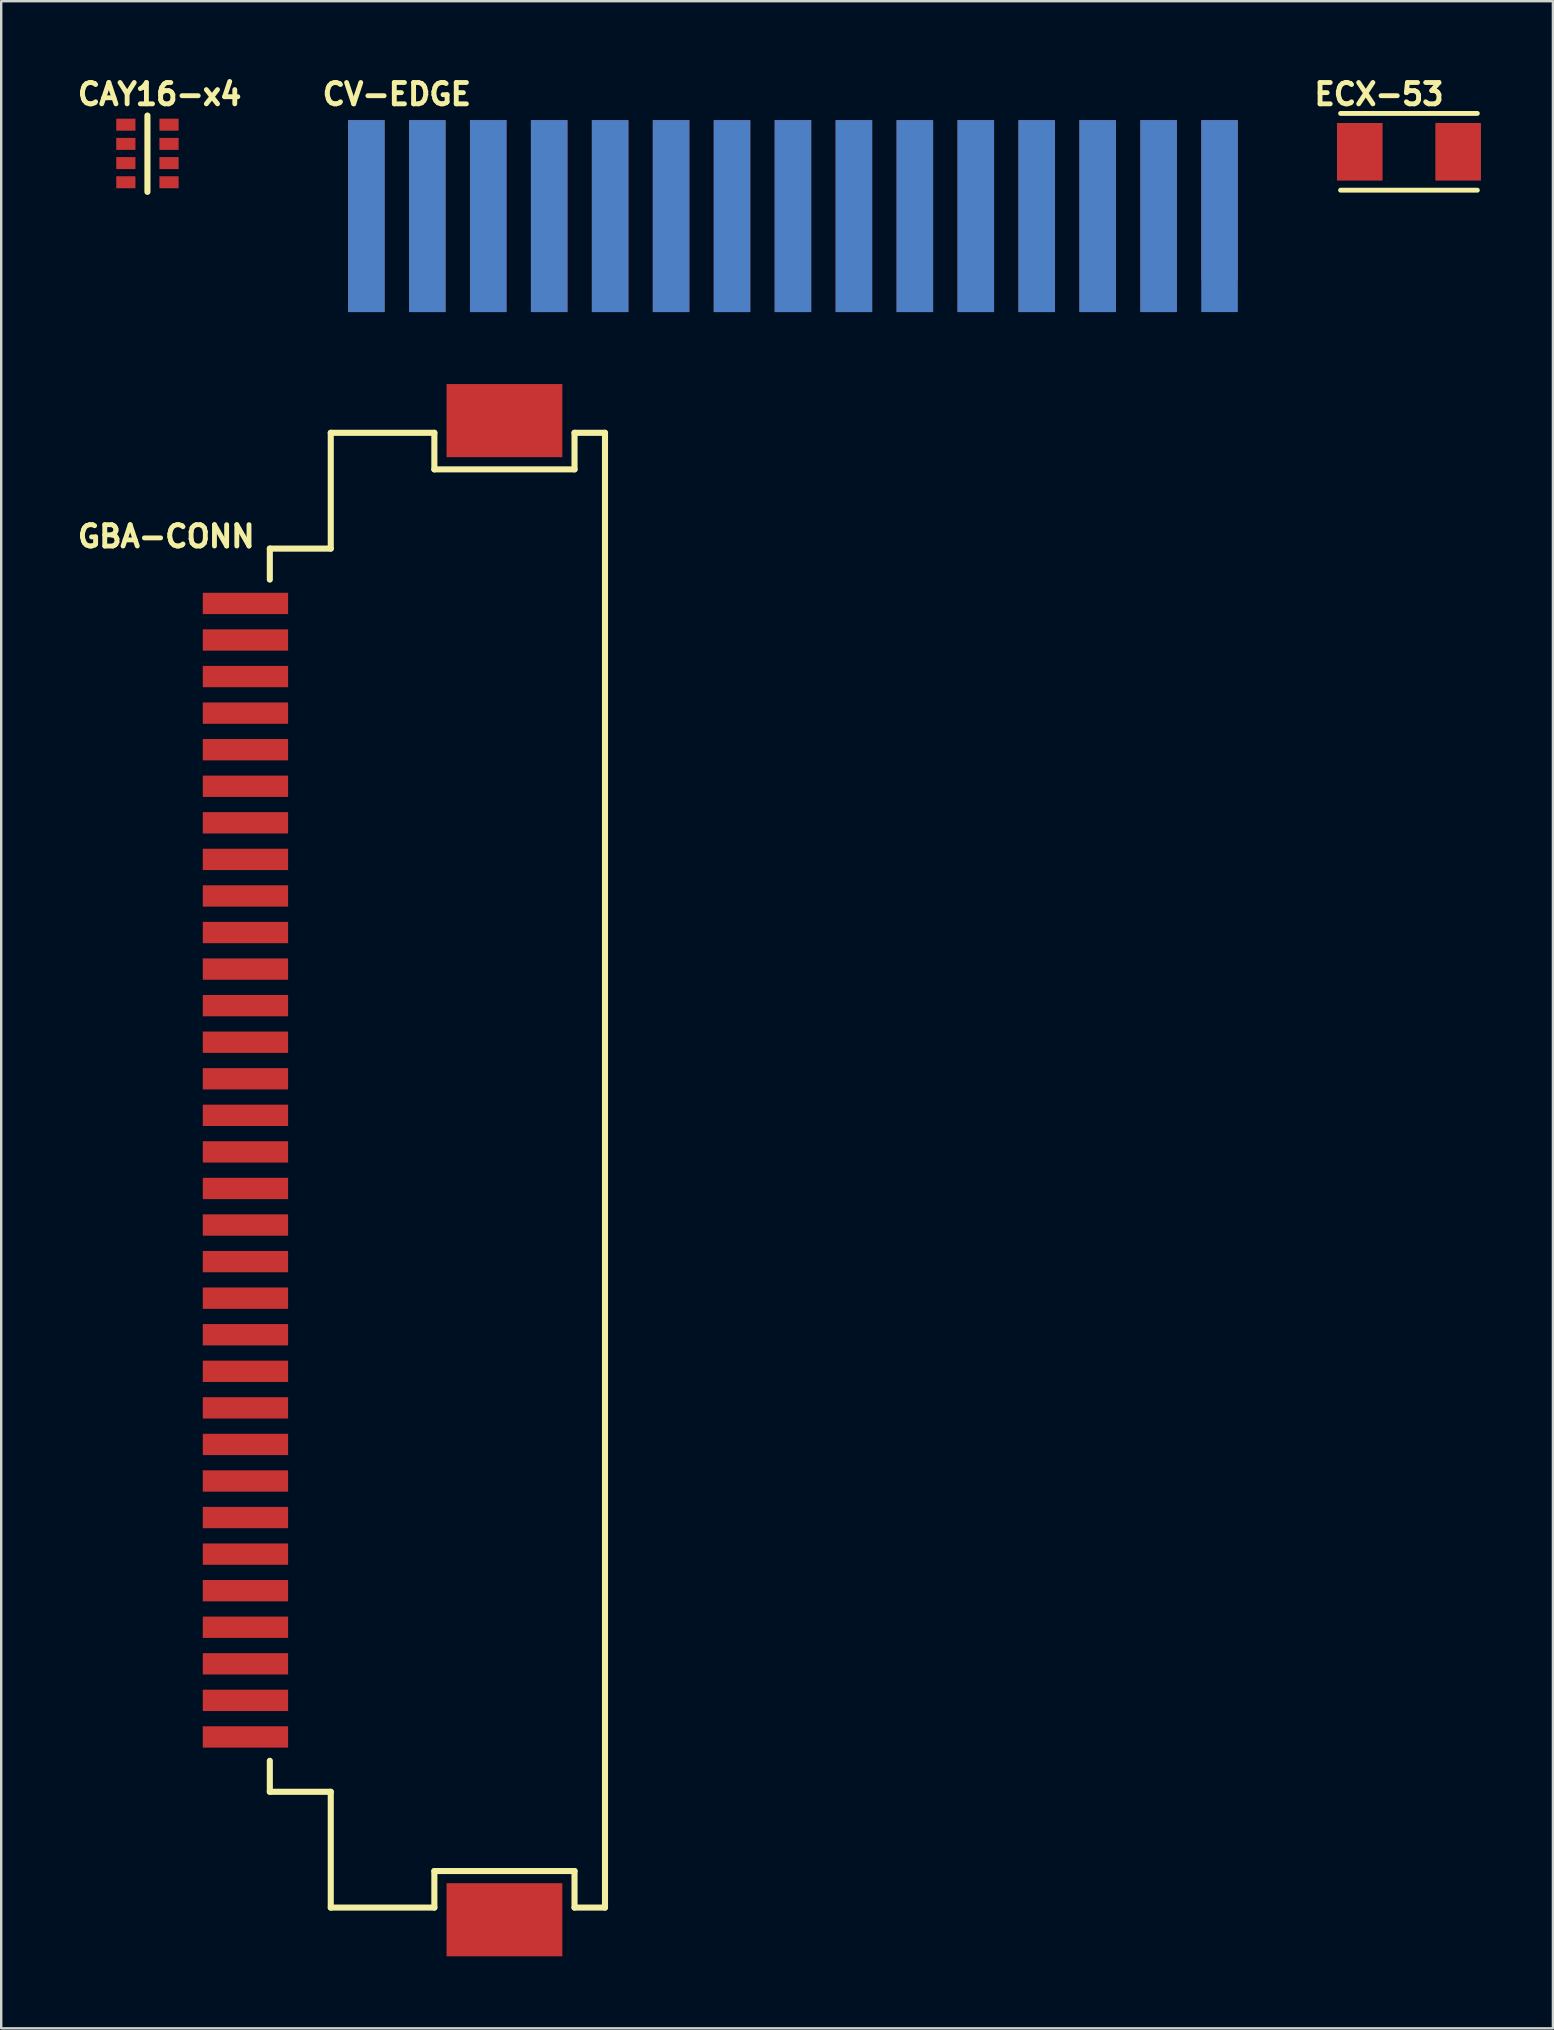
<source format=kicad_pcb>
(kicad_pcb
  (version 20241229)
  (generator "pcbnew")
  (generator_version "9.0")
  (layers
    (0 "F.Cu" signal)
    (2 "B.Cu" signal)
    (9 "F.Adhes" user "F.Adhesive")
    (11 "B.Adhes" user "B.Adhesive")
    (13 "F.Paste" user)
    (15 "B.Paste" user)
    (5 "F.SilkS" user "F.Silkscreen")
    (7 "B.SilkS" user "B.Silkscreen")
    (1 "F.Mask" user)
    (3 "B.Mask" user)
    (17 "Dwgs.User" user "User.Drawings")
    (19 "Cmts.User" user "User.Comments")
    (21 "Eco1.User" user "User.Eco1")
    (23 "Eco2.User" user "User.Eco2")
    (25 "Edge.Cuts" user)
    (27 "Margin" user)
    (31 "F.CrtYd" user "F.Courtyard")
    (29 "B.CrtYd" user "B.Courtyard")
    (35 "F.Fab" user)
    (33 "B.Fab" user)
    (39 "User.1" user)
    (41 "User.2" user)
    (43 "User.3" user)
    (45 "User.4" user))
  (footprint "CAY16-x4"
    (layer "F.Cu")
    (at 3.095 2.147)
    (property "Reference" "CAY16-x4" (at 0.508 -1.27 0) (layer "F.SilkS") (effects (font (size 0.889 0.889) (thickness 0.203))))
    (attr smd)
    (fp_line (start 0 -0.381) (end 0 2.8) (stroke (width 0.254) (type solid)) (layer "F.SilkS"))
    (pad "1" smd rect (at -0.9 0) (size 0.8 0.5) (layers "F.Cu" "F.Mask" "F.Paste"))
    (pad "2" smd rect (at 0.9 0) (size 0.8 0.5) (layers "F.Cu" "F.Mask" "F.Paste"))
    (pad "3" smd rect (at -0.9 0.8) (size 0.8 0.5) (layers "F.Cu" "F.Mask" "F.Paste"))
    (pad "4" smd rect (at 0.9 0.8) (size 0.8 0.5) (layers "F.Cu" "F.Mask" "F.Paste"))
    (pad "5" smd rect (at -0.9 1.6) (size 0.8 0.5) (layers "F.Cu" "F.Mask" "F.Paste"))
    (pad "6" smd rect (at 0.9 1.6) (size 0.8 0.5) (layers "F.Cu" "F.Mask" "F.Paste"))
    (pad "7" smd rect (at -0.9 2.4) (size 0.8 0.5) (layers "F.Cu" "F.Mask" "F.Paste"))
    (pad "8" smd rect (at 0.9 2.4) (size 0.8 0.5) (layers "F.Cu" "F.Mask" "F.Paste")))
  (footprint "GBA-CONN"
    (layer "F.Cu")
    (at 7.18 22.101)
    (property "Reference" "GBA-CONN" (at -3.302 -2.794 0) (layer "F.SilkS") (effects (font (size 0.889 0.889) (thickness 0.203))))
    (attr through_hole)
    (fp_line (start 1.016 -0.993) (end 1.016 -2.286) (stroke (width 0.254) (type solid)) (layer "F.SilkS"))
    (fp_line (start 1.016 49.53) (end 1.016 48.237) (stroke (width 0.254) (type solid)) (layer "F.SilkS"))
    (fp_line (start 3.556 -7.112) (end 7.874 -7.112) (stroke (width 0.254) (type default)) (layer "F.SilkS"))
    (fp_line (start 3.556 -2.286) (end 1.016 -2.286) (stroke (width 0.254) (type default)) (layer "F.SilkS"))
    (fp_line (start 3.556 -2.286) (end 3.556 -7.112) (stroke (width 0.254) (type default)) (layer "F.SilkS"))
    (fp_line (start 3.556 49.53) (end 1.016 49.53) (stroke (width 0.254) (type default)) (layer "F.SilkS"))
    (fp_line (start 3.556 54.356) (end 3.556 49.53) (stroke (width 0.254) (type default)) (layer "F.SilkS"))
    (fp_line (start 3.556 54.356) (end 7.874 54.356) (stroke (width 0.254) (type default)) (layer "F.SilkS"))
    (fp_line (start 7.874 -5.588) (end 7.874 -7.112) (stroke (width 0.254) (type default)) (layer "F.SilkS"))
    (fp_line (start 7.874 52.832) (end 13.716 52.832) (stroke (width 0.254) (type default)) (layer "F.SilkS"))
    (fp_line (start 7.874 54.356) (end 7.874 52.832) (stroke (width 0.254) (type default)) (layer "F.SilkS"))
    (fp_line (start 13.716 -7.112) (end 13.716 -5.588) (stroke (width 0.254) (type default)) (layer "F.SilkS"))
    (fp_line (start 13.716 -5.588) (end 7.874 -5.588) (stroke (width 0.254) (type default)) (layer "F.SilkS"))
    (fp_line (start 13.716 52.832) (end 13.716 54.356) (stroke (width 0.254) (type default)) (layer "F.SilkS"))
    (fp_line (start 14.986 -7.112) (end 13.716 -7.112) (stroke (width 0.254) (type default)) (layer "F.SilkS"))
    (fp_line (start 14.986 -7.112) (end 14.986 54.356) (stroke (width 0.254) (type default)) (layer "F.SilkS"))
    (fp_line (start 14.986 54.356) (end 13.716 54.356) (stroke (width 0.254) (type default)) (layer "F.SilkS"))
    (pad "1" smd rect (at 0 0) (size 3.556 0.889) (layers "F.Cu" "F.Mask" "F.Paste"))
    (pad "2" smd rect (at 0 1.524) (size 3.556 0.889) (layers "F.Cu" "F.Mask" "F.Paste"))
    (pad "3" smd rect (at 0 3.048) (size 3.556 0.889) (layers "F.Cu" "F.Mask" "F.Paste"))
    (pad "4" smd rect (at 0 4.572) (size 3.556 0.889) (layers "F.Cu" "F.Mask" "F.Paste"))
    (pad "5" smd rect (at 0 6.096) (size 3.556 0.889) (layers "F.Cu" "F.Mask" "F.Paste"))
    (pad "6" smd rect (at 0 7.62) (size 3.556 0.889) (layers "F.Cu" "F.Mask" "F.Paste"))
    (pad "7" smd rect (at 0 9.144) (size 3.556 0.889) (layers "F.Cu" "F.Mask" "F.Paste"))
    (pad "8" smd rect (at 0 10.668) (size 3.556 0.889) (layers "F.Cu" "F.Mask" "F.Paste"))
    (pad "9" smd rect (at 0 12.192) (size 3.556 0.889) (layers "F.Cu" "F.Mask" "F.Paste"))
    (pad "10" smd rect (at 0 13.716) (size 3.556 0.889) (layers "F.Cu" "F.Mask" "F.Paste"))
    (pad "11" smd rect (at 0 15.24) (size 3.556 0.889) (layers "F.Cu" "F.Mask" "F.Paste"))
    (pad "12" smd rect (at 0 16.764) (size 3.556 0.889) (layers "F.Cu" "F.Mask" "F.Paste"))
    (pad "13" smd rect (at 0 18.288) (size 3.556 0.889) (layers "F.Cu" "F.Mask" "F.Paste"))
    (pad "14" smd rect (at 0 19.812) (size 3.556 0.889) (layers "F.Cu" "F.Mask" "F.Paste"))
    (pad "15" smd rect (at 0 21.336) (size 3.556 0.889) (layers "F.Cu" "F.Mask" "F.Paste"))
    (pad "16" smd rect (at 0 22.86) (size 3.556 0.889) (layers "F.Cu" "F.Mask" "F.Paste"))
    (pad "17" smd rect (at 0 24.384) (size 3.556 0.889) (layers "F.Cu" "F.Mask" "F.Paste"))
    (pad "18" smd rect (at 0 25.908) (size 3.556 0.889) (layers "F.Cu" "F.Mask" "F.Paste"))
    (pad "19" smd rect (at 0 27.432) (size 3.556 0.889) (layers "F.Cu" "F.Mask" "F.Paste"))
    (pad "20" smd rect (at 0 28.956) (size 3.556 0.889) (layers "F.Cu" "F.Mask" "F.Paste"))
    (pad "21" smd rect (at 0 30.48) (size 3.556 0.889) (layers "F.Cu" "F.Mask" "F.Paste"))
    (pad "22" smd rect (at 0 32.004) (size 3.556 0.889) (layers "F.Cu" "F.Mask" "F.Paste"))
    (pad "23" smd rect (at 0 33.528) (size 3.556 0.889) (layers "F.Cu" "F.Mask" "F.Paste"))
    (pad "24" smd rect (at 0 35.052) (size 3.556 0.889) (layers "F.Cu" "F.Mask" "F.Paste"))
    (pad "25" smd rect (at 0 36.576) (size 3.556 0.889) (layers "F.Cu" "F.Mask" "F.Paste"))
    (pad "26" smd rect (at 0 38.1) (size 3.556 0.889) (layers "F.Cu" "F.Mask" "F.Paste"))
    (pad "27" smd rect (at 0 39.624) (size 3.556 0.889) (layers "F.Cu" "F.Mask" "F.Paste"))
    (pad "28" smd rect (at 0 41.148) (size 3.556 0.889) (layers "F.Cu" "F.Mask" "F.Paste"))
    (pad "29" smd rect (at 0 42.672) (size 3.556 0.889) (layers "F.Cu" "F.Mask" "F.Paste"))
    (pad "30" smd rect (at 0 44.196) (size 3.556 0.889) (layers "F.Cu" "F.Mask" "F.Paste"))
    (pad "31" smd rect (at 0 45.72) (size 3.556 0.889) (layers "F.Cu" "F.Mask" "F.Paste"))
    (pad "32" smd rect (at 0 47.244) (size 3.556 0.889) (layers "F.Cu" "F.Mask" "F.Paste"))
    (pad "33" smd rect (at 10.795 -7.62) (size 4.826 3.048) (layers "F.Cu" "F.Mask" "F.Paste"))
    (pad "33" smd rect (at 10.795 54.864) (size 4.826 3.048) (layers "F.Cu" "F.Mask" "F.Paste")))
  (footprint "ECX-53"
    (layer "F.Cu")
    (at 53.625 3.277)
    (property "Reference" "ECX-53" (at 0.8 -2.4 0) (layer "F.SilkS") (effects (font (size 0.889 0.889) (thickness 0.203))))
    (attr smd)
    (fp_line (start -0.8 -1.6) (end 4.9 -1.6) (stroke (width 0.203) (type solid)) (layer "F.SilkS"))
    (fp_line (start -0.8 1.6) (end 4.9 1.6) (stroke (width 0.203) (type solid)) (layer "F.SilkS"))
    (pad "1" smd rect (at 0 0) (size 1.9 2.4) (layers "F.Cu" "F.Mask" "F.Paste"))
    (pad "2" smd rect (at 4.1 0) (size 1.9 2.4) (layers "F.Cu" "F.Mask" "F.Paste")))
  (footprint "CV-EDGE"
    (layer "F.Cu")
    (at 12.22 5.957)
    (property "Reference" "CV-EDGE" (at 1.27 -5.08 0) (layer "F.SilkS") (effects (font (size 0.889 0.889) (thickness 0.203))))
    (attr through_hole)
    (pad "1" smd rect (at 0 0) (size 1.524 8) (layers "B.Cu" "F.Paste"))
    (pad "2" smd rect (at 0 0) (size 1.524 8) (layers "F.Cu" "F.Paste"))
    (pad "3" smd rect (at 2.54 0) (size 1.524 8) (layers "B.Cu" "F.Paste"))
    (pad "4" smd rect (at 2.54 0) (size 1.524 8) (layers "F.Cu" "F.Paste"))
    (pad "5" smd rect (at 5.08 0) (size 1.524 8) (layers "B.Cu" "F.Paste"))
    (pad "6" smd rect (at 5.08 0) (size 1.524 8) (layers "F.Cu" "F.Paste"))
    (pad "7" smd rect (at 7.62 0) (size 1.524 8) (layers "B.Cu" "F.Paste"))
    (pad "8" smd rect (at 7.62 0) (size 1.524 8) (layers "F.Cu" "F.Paste"))
    (pad "9" smd rect (at 10.16 0) (size 1.524 8) (layers "B.Cu" "F.Paste"))
    (pad "10" smd rect (at 10.16 0) (size 1.524 8) (layers "F.Cu" "F.Paste"))
    (pad "11" smd rect (at 12.7 0) (size 1.524 8) (layers "B.Cu" "F.Paste"))
    (pad "12" smd rect (at 12.7 0) (size 1.524 8) (layers "F.Cu" "F.Paste"))
    (pad "13" smd rect (at 15.24 0) (size 1.524 8) (layers "B.Cu" "F.Paste"))
    (pad "14" smd rect (at 15.24 0) (size 1.524 8) (layers "F.Cu" "F.Paste"))
    (pad "15" smd rect (at 17.78 0) (size 1.524 8) (layers "B.Cu" "F.Paste"))
    (pad "16" smd rect (at 17.78 0) (size 1.524 8) (layers "F.Cu" "F.Paste"))
    (pad "17" smd rect (at 20.32 0) (size 1.524 8) (layers "B.Cu" "F.Paste"))
    (pad "18" smd rect (at 20.32 0) (size 1.524 8) (layers "F.Cu" "F.Paste"))
    (pad "19" smd rect (at 22.86 0) (size 1.524 8) (layers "B.Cu" "F.Paste"))
    (pad "20" smd rect (at 22.86 0) (size 1.524 8) (layers "F.Cu" "F.Paste"))
    (pad "21" smd rect (at 25.4 0) (size 1.524 8) (layers "B.Cu" "F.Paste"))
    (pad "22" smd rect (at 25.4 0) (size 1.524 8) (layers "F.Cu" "F.Paste"))
    (pad "23" smd rect (at 27.94 0) (size 1.524 8) (layers "B.Cu" "F.Paste"))
    (pad "24" smd rect (at 27.94 0) (size 1.524 8) (layers "F.Cu" "F.Paste"))
    (pad "25" smd rect (at 30.48 0) (size 1.524 8) (layers "B.Cu" "F.Paste"))
    (pad "26" smd rect (at 30.48 0) (size 1.524 8) (layers "F.Cu" "F.Paste"))
    (pad "27" smd rect (at 33.02 0) (size 1.524 8) (layers "B.Cu" "F.Paste"))
    (pad "28" smd rect (at 33.02 0) (size 1.524 8) (layers "F.Cu" "F.Paste"))
    (pad "29" smd rect (at 35.56 0) (size 1.524 8) (layers "B.Cu" "F.Paste"))
    (pad "30" smd rect (at 35.56 -0.65) (size 1.524 6.7) (layers "F.Cu" "F.Paste")))
  (gr_rect
    (start -3 -3)
    (end 61.675 81.489)
    (stroke (width 0.1) (type default))
    (fill no)
    (layer "Edge.Cuts")))
</source>
